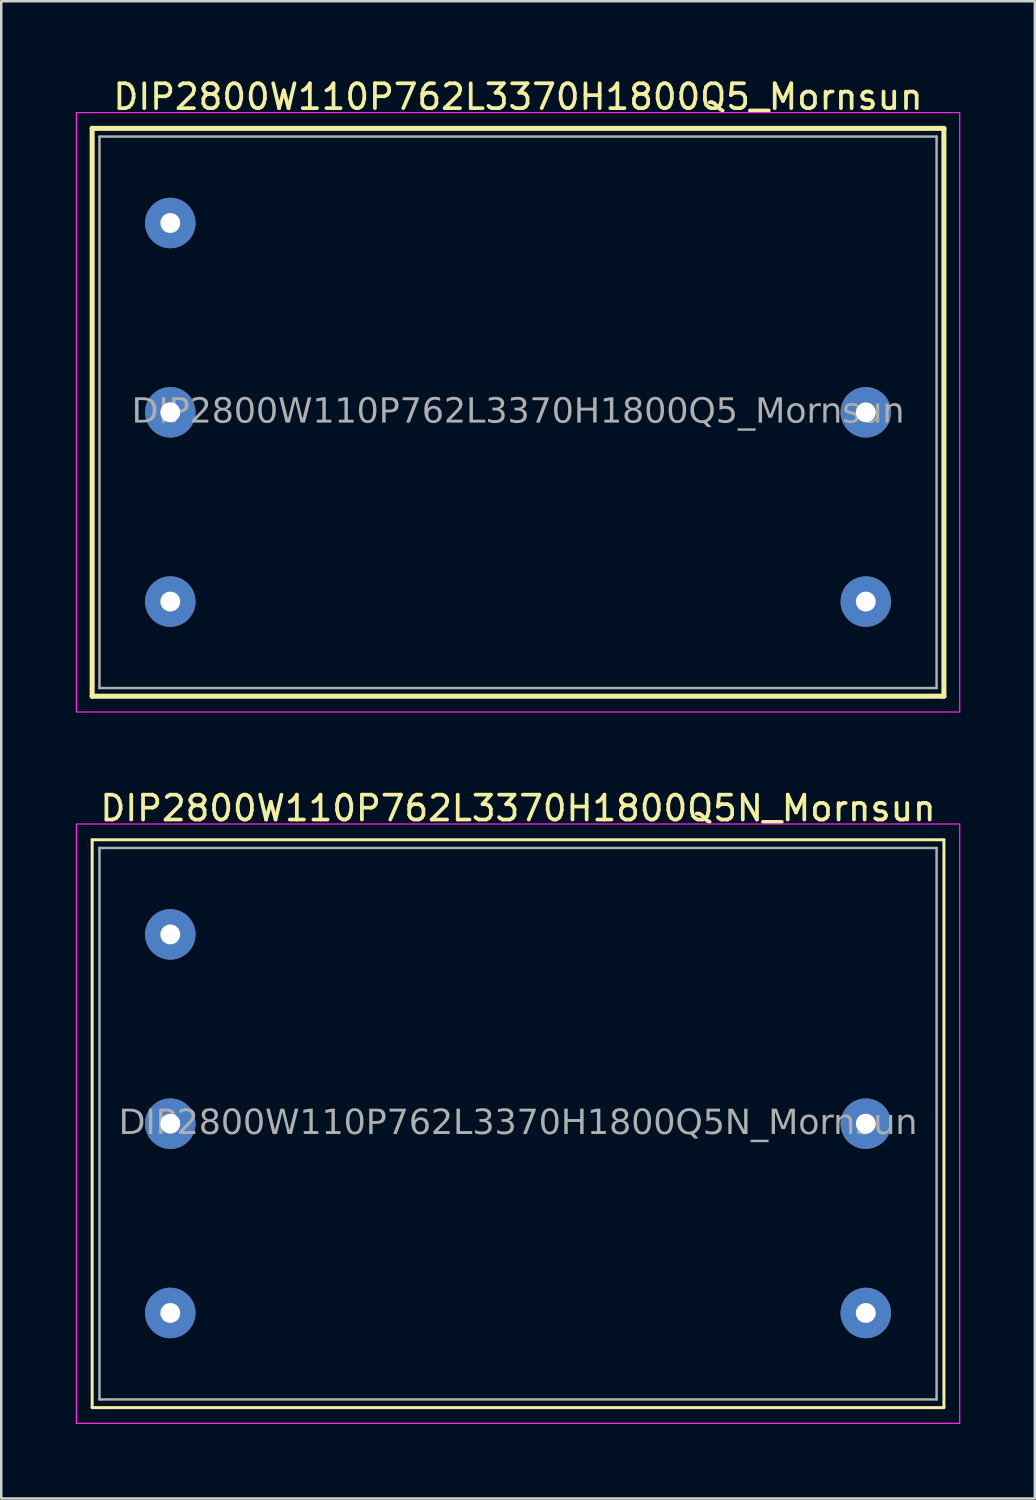
<source format=kicad_pcb>
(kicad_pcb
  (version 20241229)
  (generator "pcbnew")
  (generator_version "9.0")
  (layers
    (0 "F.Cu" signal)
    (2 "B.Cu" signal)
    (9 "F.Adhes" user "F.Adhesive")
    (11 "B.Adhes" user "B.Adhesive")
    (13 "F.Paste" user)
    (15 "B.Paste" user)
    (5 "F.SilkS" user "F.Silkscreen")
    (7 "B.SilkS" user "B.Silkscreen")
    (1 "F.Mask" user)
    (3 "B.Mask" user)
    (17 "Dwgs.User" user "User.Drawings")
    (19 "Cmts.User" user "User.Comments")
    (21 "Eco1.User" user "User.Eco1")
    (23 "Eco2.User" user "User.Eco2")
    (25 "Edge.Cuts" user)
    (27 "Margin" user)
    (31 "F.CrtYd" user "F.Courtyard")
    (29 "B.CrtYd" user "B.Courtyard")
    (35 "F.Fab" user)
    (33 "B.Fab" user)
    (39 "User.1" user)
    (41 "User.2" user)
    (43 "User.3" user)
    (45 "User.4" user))
  (footprint "DIP2800W110P762L3370H1800Q5N_Mornsun"
    (layer "F.Cu")
    (at 17.805 42.187)
    (property "Reference" "DIP2800W110P762L3370H1800Q5N_Mornsun" (at 0 -12.7 0) (layer "F.SilkS") (effects (font (size 1 1) (thickness 0.15))))
    (attr through_hole)
    (fp_line (start -17.145 -11.43) (end 17.145 -11.43) (stroke (width 0.12) (type solid)) (layer "F.SilkS"))
    (fp_line (start -17.145 11.43) (end -17.145 -11.43) (stroke (width 0.12) (type solid)) (layer "F.SilkS"))
    (fp_line (start 17.145 -11.43) (end 17.145 11.43) (stroke (width 0.12) (type solid)) (layer "F.SilkS"))
    (fp_line (start 17.145 11.43) (end -17.145 11.43) (stroke (width 0.12) (type solid)) (layer "F.SilkS"))
    (fp_line (start -17.78 12.065) (end -17.78 -12.065) (stroke (width 0.05) (type solid)) (layer "F.CrtYd"))
    (fp_line (start -17.78 12.065) (end 17.78 12.065) (stroke (width 0.05) (type solid)) (layer "F.CrtYd"))
    (fp_line (start 17.78 -12.065) (end -17.78 -12.065) (stroke (width 0.05) (type solid)) (layer "F.CrtYd"))
    (fp_line (start 17.78 -12.065) (end 17.78 12.065) (stroke (width 0.05) (type solid)) (layer "F.CrtYd"))
    (fp_line (start -16.85 -11.1) (end 16.85 -11.1) (stroke (width 0.1) (type solid)) (layer "F.Fab"))
    (fp_line (start -16.85 11.1) (end -16.85 -11.1) (stroke (width 0.1) (type solid)) (layer "F.Fab"))
    (fp_line (start -16.85 11.1) (end 16.85 11.1) (stroke (width 0.1) (type solid)) (layer "F.Fab"))
    (fp_line (start 16.85 -11.1) (end 16.85 11.1) (stroke (width 0.1) (type solid)) (layer "F.Fab"))
    (fp_text user "${REFERENCE}" (at 0 0 0) (layer "F.Fab") (effects (font (face "Tahoma") (size 1 1) (thickness 0.15))))
    (pad "1" thru_hole circle (at -14 -7.62) (size 2.032 2.032) (drill 0.8) (layers "*.Cu" "*.Mask"))
    (pad "2" thru_hole circle (at -14 0) (size 2.032 2.032) (drill 0.8) (layers "*.Cu" "*.Mask"))
    (pad "3" thru_hole circle (at -14 7.62) (size 2.032 2.032) (drill 0.8) (layers "*.Cu" "*.Mask"))
    (pad "4" thru_hole circle (at 14 7.62) (size 2.032 2.032) (drill 0.8) (layers "*.Cu" "*.Mask"))
    (pad "5" thru_hole circle (at 14 0) (size 2.032 2.032) (drill 0.8) (layers "*.Cu" "*.Mask")))
  (footprint "DIP2800W110P762L3370H1800Q5_Mornsun"
    (layer "F.Cu")
    (at 17.805 13.548)
    (property "Reference" "DIP2800W110P762L3370H1800Q5_Mornsun" (at 0 -12.7 0) (layer "F.SilkS") (effects (font (size 1 1) (thickness 0.15))))
    (attr through_hole)
    (fp_line (start -17.145 -11.43) (end 17.145 -11.43) (stroke (width 0.203) (type solid)) (layer "F.SilkS"))
    (fp_line (start -17.145 11.43) (end -17.145 -11.43) (stroke (width 0.203) (type solid)) (layer "F.SilkS"))
    (fp_line (start 17.145 -11.43) (end 17.145 11.43) (stroke (width 0.203) (type solid)) (layer "F.SilkS"))
    (fp_line (start 17.145 11.43) (end -17.145 11.43) (stroke (width 0.203) (type solid)) (layer "F.SilkS"))
    (fp_line (start -17.78 12.065) (end -17.78 -12.065) (stroke (width 0.05) (type solid)) (layer "F.CrtYd"))
    (fp_line (start -17.78 12.065) (end 17.78 12.065) (stroke (width 0.05) (type solid)) (layer "F.CrtYd"))
    (fp_line (start 17.78 -12.065) (end -17.78 -12.065) (stroke (width 0.05) (type solid)) (layer "F.CrtYd"))
    (fp_line (start 17.78 -12.065) (end 17.78 12.065) (stroke (width 0.05) (type solid)) (layer "F.CrtYd"))
    (fp_line (start -16.85 -11.1) (end 16.85 -11.1) (stroke (width 0.1) (type solid)) (layer "F.Fab"))
    (fp_line (start -16.85 11.1) (end -16.85 -11.1) (stroke (width 0.1) (type solid)) (layer "F.Fab"))
    (fp_line (start -16.85 11.1) (end 16.85 11.1) (stroke (width 0.1) (type solid)) (layer "F.Fab"))
    (fp_line (start 16.85 -11.1) (end 16.85 11.1) (stroke (width 0.1) (type solid)) (layer "F.Fab"))
    (fp_text user "${REFERENCE}" (at 0 0 0) (layer "F.Fab") (effects (font (face "Tahoma") (size 1 1) (thickness 0.15))))
    (pad "1" thru_hole circle (at -14 -7.62) (size 2.032 2.032) (drill 0.8) (layers "*.Cu" "*.Mask"))
    (pad "2" thru_hole circle (at -14 0) (size 2.032 2.032) (drill 0.8) (layers "*.Cu" "*.Mask"))
    (pad "3" thru_hole circle (at -14 7.62) (size 2.032 2.032) (drill 0.8) (layers "*.Cu" "*.Mask"))
    (pad "4" thru_hole circle (at 14 7.62) (size 2.032 2.032) (drill 0.8) (layers "*.Cu" "*.Mask"))
    (pad "5" thru_hole circle (at 14 0) (size 2.032 2.032) (drill 0.8) (layers "*.Cu" "*.Mask")))
  (gr_rect
    (start -3 -3)
    (end 38.61 57.276)
    (stroke (width 0.1) (type default))
    (fill no)
    (layer "Edge.Cuts")))
</source>
